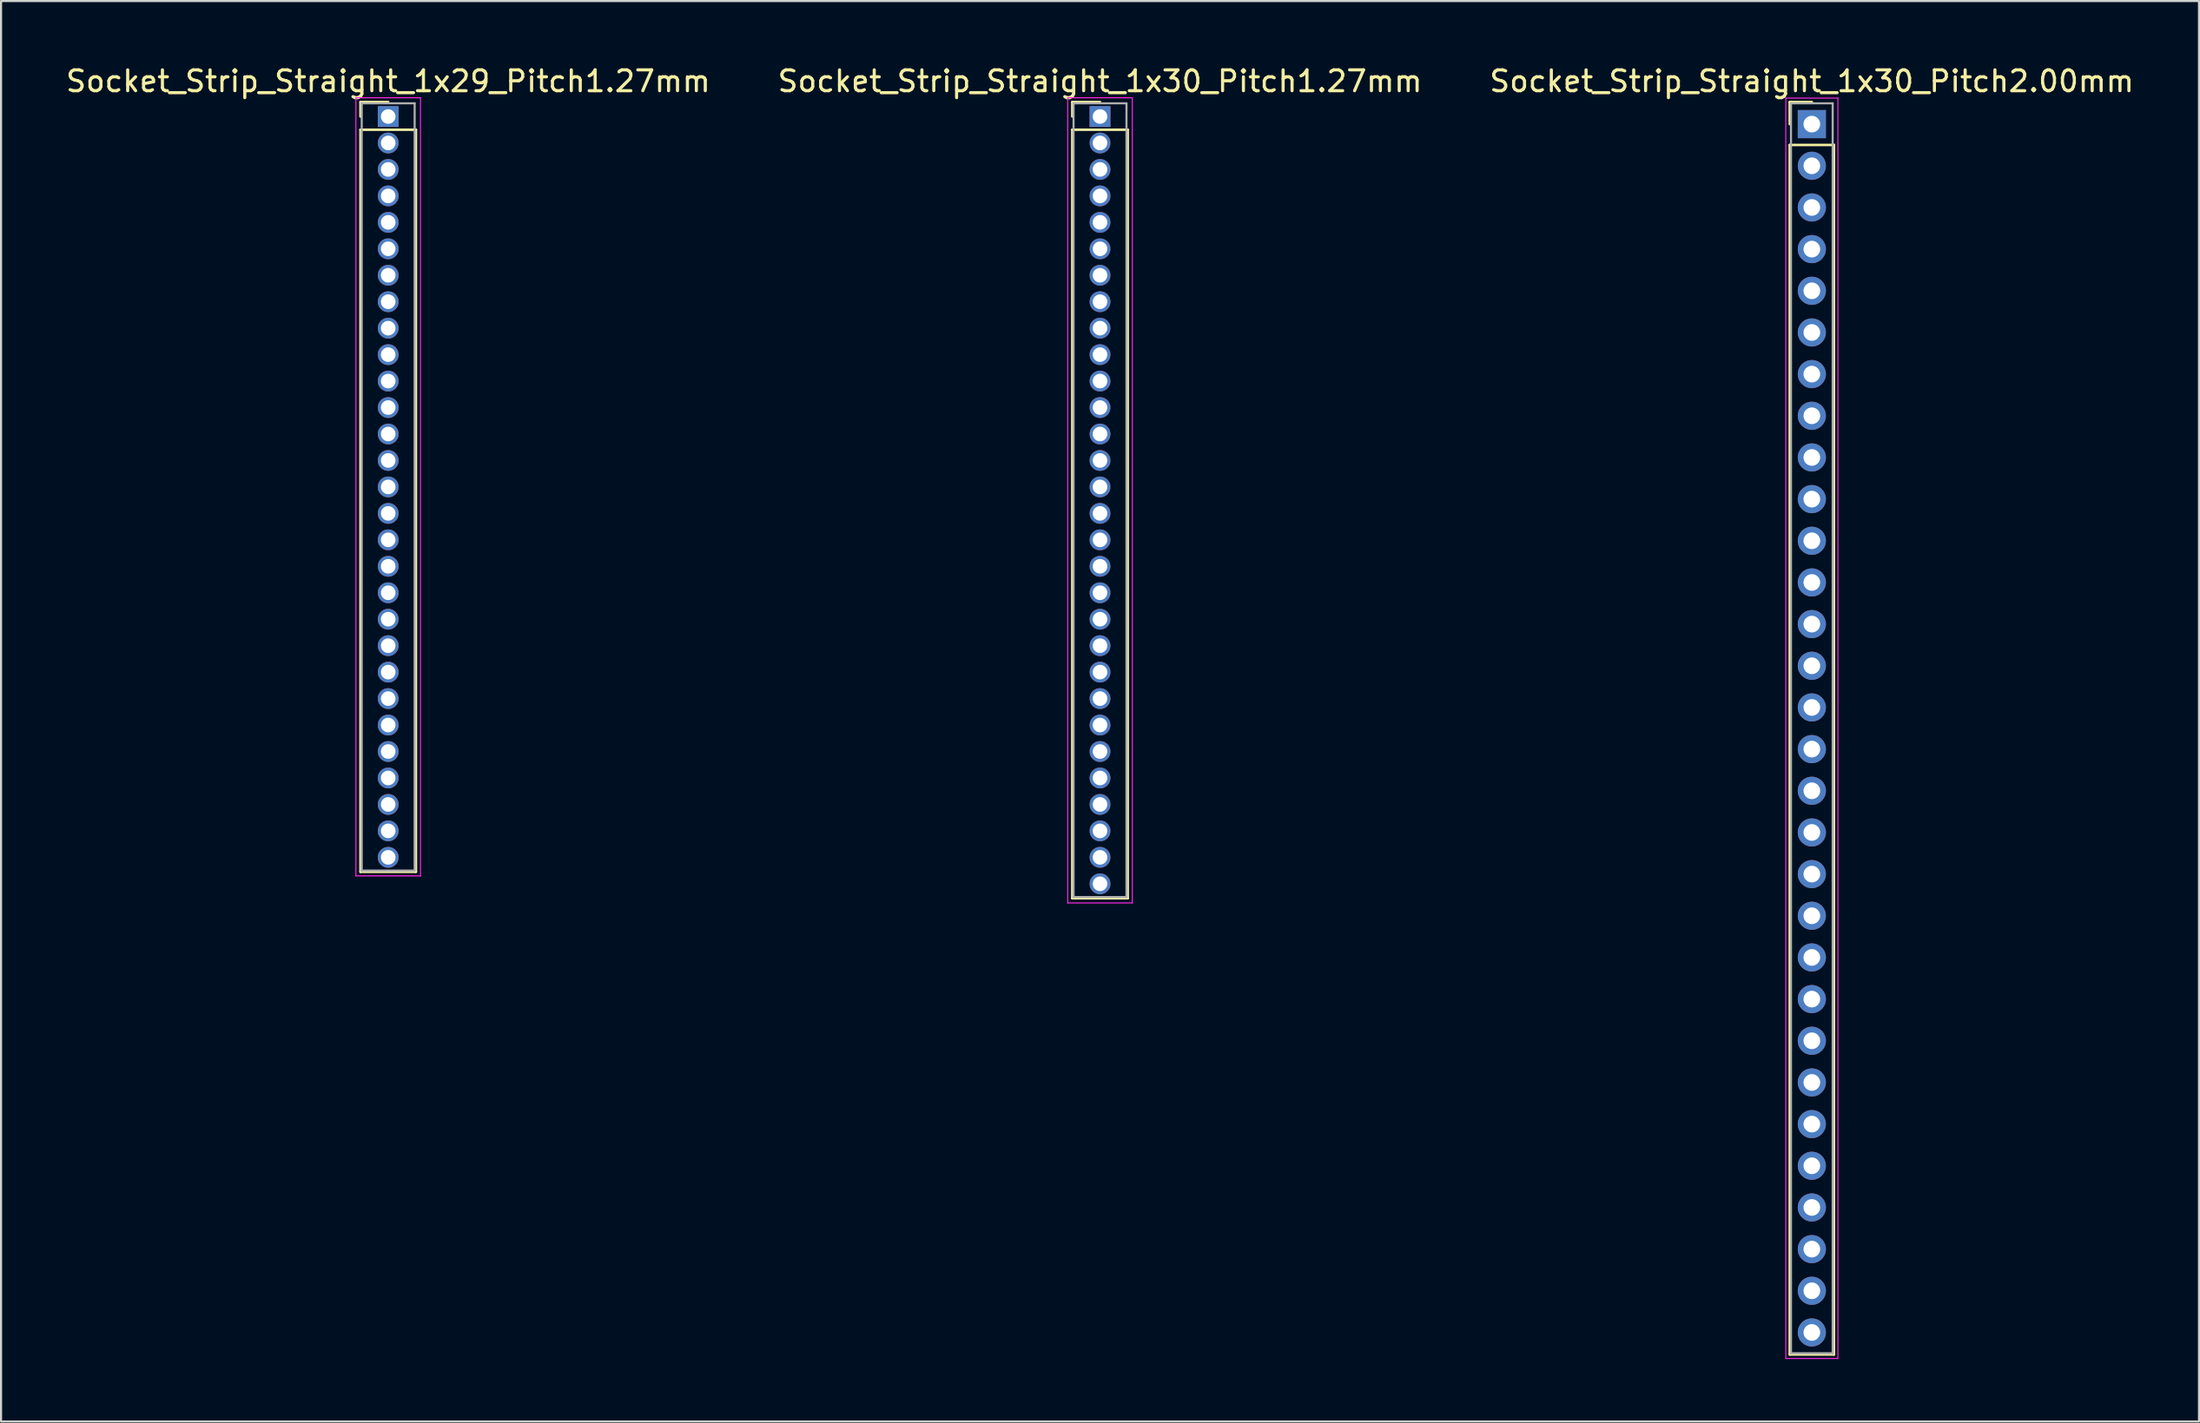
<source format=kicad_pcb>
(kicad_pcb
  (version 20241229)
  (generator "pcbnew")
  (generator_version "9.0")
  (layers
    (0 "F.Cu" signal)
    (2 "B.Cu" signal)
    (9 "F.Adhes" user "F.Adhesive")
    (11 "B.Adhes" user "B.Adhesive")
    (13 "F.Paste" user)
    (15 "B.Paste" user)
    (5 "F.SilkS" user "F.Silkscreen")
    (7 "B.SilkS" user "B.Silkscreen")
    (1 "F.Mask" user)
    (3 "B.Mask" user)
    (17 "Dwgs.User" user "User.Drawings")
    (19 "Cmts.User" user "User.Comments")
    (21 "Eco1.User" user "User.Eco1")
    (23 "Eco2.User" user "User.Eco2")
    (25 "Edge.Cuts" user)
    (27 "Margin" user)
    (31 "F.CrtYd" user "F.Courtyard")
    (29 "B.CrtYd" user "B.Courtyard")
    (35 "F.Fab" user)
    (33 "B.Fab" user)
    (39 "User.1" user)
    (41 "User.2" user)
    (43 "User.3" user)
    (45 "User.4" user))
  (footprint "Socket_Strip_Straight_1x29_Pitch1.27mm"
    (layer "F.Cu")
    (at 15.577 2.543)
    (property "Reference" "Socket_Strip_Straight_1x29_Pitch1.27mm" (at 0 -1.695 0) (layer "F.SilkS") (effects (font (size 1 1) (thickness 0.15))))
    (attr through_hole)
    (fp_line (start -1.33 -0.695) (end 0 -0.695) (stroke (width 0.12) (type solid)) (layer "F.SilkS"))
    (fp_line (start -1.33 0) (end -1.33 -0.695) (stroke (width 0.12) (type solid)) (layer "F.SilkS"))
    (fp_line (start -1.33 0.635) (end -1.33 36.255) (stroke (width 0.12) (type solid)) (layer "F.SilkS"))
    (fp_line (start -1.33 36.255) (end 1.33 36.255) (stroke (width 0.12) (type solid)) (layer "F.SilkS"))
    (fp_line (start 1.33 0.635) (end -1.33 0.635) (stroke (width 0.12) (type solid)) (layer "F.SilkS"))
    (fp_line (start 1.33 36.255) (end 1.33 0.635) (stroke (width 0.12) (type solid)) (layer "F.SilkS"))
    (fp_line (start -1.55 -0.9) (end -1.55 36.45) (stroke (width 0.05) (type solid)) (layer "F.CrtYd"))
    (fp_line (start -1.55 36.45) (end 1.55 36.45) (stroke (width 0.05) (type solid)) (layer "F.CrtYd"))
    (fp_line (start 1.55 -0.9) (end -1.55 -0.9) (stroke (width 0.05) (type solid)) (layer "F.CrtYd"))
    (fp_line (start 1.55 36.45) (end 1.55 -0.9) (stroke (width 0.05) (type solid)) (layer "F.CrtYd"))
    (fp_line (start -1.27 -0.635) (end -1.27 36.195) (stroke (width 0.1) (type solid)) (layer "F.Fab"))
    (fp_line (start -1.27 36.195) (end 1.27 36.195) (stroke (width 0.1) (type solid)) (layer "F.Fab"))
    (fp_line (start 1.27 -0.635) (end -1.27 -0.635) (stroke (width 0.1) (type solid)) (layer "F.Fab"))
    (fp_line (start 1.27 36.195) (end 1.27 -0.635) (stroke (width 0.1) (type solid)) (layer "F.Fab"))
    (pad "1" thru_hole rect (at 0 0) (size 1 1) (drill 0.7) (layers "*.Cu" "*.Mask"))
    (pad "2" thru_hole oval (at 0 1.27) (size 1 1) (drill 0.7) (layers "*.Cu" "*.Mask"))
    (pad "3" thru_hole oval (at 0 2.54) (size 1 1) (drill 0.7) (layers "*.Cu" "*.Mask"))
    (pad "4" thru_hole oval (at 0 3.81) (size 1 1) (drill 0.7) (layers "*.Cu" "*.Mask"))
    (pad "5" thru_hole oval (at 0 5.08) (size 1 1) (drill 0.7) (layers "*.Cu" "*.Mask"))
    (pad "6" thru_hole oval (at 0 6.35) (size 1 1) (drill 0.7) (layers "*.Cu" "*.Mask"))
    (pad "7" thru_hole oval (at 0 7.62) (size 1 1) (drill 0.7) (layers "*.Cu" "*.Mask"))
    (pad "8" thru_hole oval (at 0 8.89) (size 1 1) (drill 0.7) (layers "*.Cu" "*.Mask"))
    (pad "9" thru_hole oval (at 0 10.16) (size 1 1) (drill 0.7) (layers "*.Cu" "*.Mask"))
    (pad "10" thru_hole oval (at 0 11.43) (size 1 1) (drill 0.7) (layers "*.Cu" "*.Mask"))
    (pad "11" thru_hole oval (at 0 12.7) (size 1 1) (drill 0.7) (layers "*.Cu" "*.Mask"))
    (pad "12" thru_hole oval (at 0 13.97) (size 1 1) (drill 0.7) (layers "*.Cu" "*.Mask"))
    (pad "13" thru_hole oval (at 0 15.24) (size 1 1) (drill 0.7) (layers "*.Cu" "*.Mask"))
    (pad "14" thru_hole oval (at 0 16.51) (size 1 1) (drill 0.7) (layers "*.Cu" "*.Mask"))
    (pad "15" thru_hole oval (at 0 17.78) (size 1 1) (drill 0.7) (layers "*.Cu" "*.Mask"))
    (pad "16" thru_hole oval (at 0 19.05) (size 1 1) (drill 0.7) (layers "*.Cu" "*.Mask"))
    (pad "17" thru_hole oval (at 0 20.32) (size 1 1) (drill 0.7) (layers "*.Cu" "*.Mask"))
    (pad "18" thru_hole oval (at 0 21.59) (size 1 1) (drill 0.7) (layers "*.Cu" "*.Mask"))
    (pad "19" thru_hole oval (at 0 22.86) (size 1 1) (drill 0.7) (layers "*.Cu" "*.Mask"))
    (pad "20" thru_hole oval (at 0 24.13) (size 1 1) (drill 0.7) (layers "*.Cu" "*.Mask"))
    (pad "21" thru_hole oval (at 0 25.4) (size 1 1) (drill 0.7) (layers "*.Cu" "*.Mask"))
    (pad "22" thru_hole oval (at 0 26.67) (size 1 1) (drill 0.7) (layers "*.Cu" "*.Mask"))
    (pad "23" thru_hole oval (at 0 27.94) (size 1 1) (drill 0.7) (layers "*.Cu" "*.Mask"))
    (pad "24" thru_hole oval (at 0 29.21) (size 1 1) (drill 0.7) (layers "*.Cu" "*.Mask"))
    (pad "25" thru_hole oval (at 0 30.48) (size 1 1) (drill 0.7) (layers "*.Cu" "*.Mask"))
    (pad "26" thru_hole oval (at 0 31.75) (size 1 1) (drill 0.7) (layers "*.Cu" "*.Mask"))
    (pad "27" thru_hole oval (at 0 33.02) (size 1 1) (drill 0.7) (layers "*.Cu" "*.Mask"))
    (pad "28" thru_hole oval (at 0 34.29) (size 1 1) (drill 0.7) (layers "*.Cu" "*.Mask"))
    (pad "29" thru_hole oval (at 0 35.56) (size 1 1) (drill 0.7) (layers "*.Cu" "*.Mask")))
  (footprint "Socket_Strip_Straight_1x30_Pitch1.27mm"
    (layer "F.Cu")
    (at 49.732 2.543)
    (property "Reference" "Socket_Strip_Straight_1x30_Pitch1.27mm" (at 0 -1.695 0) (layer "F.SilkS") (effects (font (size 1 1) (thickness 0.15))))
    (attr through_hole)
    (fp_line (start -1.33 -0.695) (end 0 -0.695) (stroke (width 0.12) (type solid)) (layer "F.SilkS"))
    (fp_line (start -1.33 0) (end -1.33 -0.695) (stroke (width 0.12) (type solid)) (layer "F.SilkS"))
    (fp_line (start -1.33 0.635) (end -1.33 37.525) (stroke (width 0.12) (type solid)) (layer "F.SilkS"))
    (fp_line (start -1.33 37.525) (end 1.33 37.525) (stroke (width 0.12) (type solid)) (layer "F.SilkS"))
    (fp_line (start 1.33 0.635) (end -1.33 0.635) (stroke (width 0.12) (type solid)) (layer "F.SilkS"))
    (fp_line (start 1.33 37.525) (end 1.33 0.635) (stroke (width 0.12) (type solid)) (layer "F.SilkS"))
    (fp_line (start -1.55 -0.9) (end -1.55 37.75) (stroke (width 0.05) (type solid)) (layer "F.CrtYd"))
    (fp_line (start -1.55 37.75) (end 1.55 37.75) (stroke (width 0.05) (type solid)) (layer "F.CrtYd"))
    (fp_line (start 1.55 -0.9) (end -1.55 -0.9) (stroke (width 0.05) (type solid)) (layer "F.CrtYd"))
    (fp_line (start 1.55 37.75) (end 1.55 -0.9) (stroke (width 0.05) (type solid)) (layer "F.CrtYd"))
    (fp_line (start -1.27 -0.635) (end -1.27 37.465) (stroke (width 0.1) (type solid)) (layer "F.Fab"))
    (fp_line (start -1.27 37.465) (end 1.27 37.465) (stroke (width 0.1) (type solid)) (layer "F.Fab"))
    (fp_line (start 1.27 -0.635) (end -1.27 -0.635) (stroke (width 0.1) (type solid)) (layer "F.Fab"))
    (fp_line (start 1.27 37.465) (end 1.27 -0.635) (stroke (width 0.1) (type solid)) (layer "F.Fab"))
    (pad "1" thru_hole rect (at 0 0) (size 1 1) (drill 0.7) (layers "*.Cu" "*.Mask"))
    (pad "2" thru_hole oval (at 0 1.27) (size 1 1) (drill 0.7) (layers "*.Cu" "*.Mask"))
    (pad "3" thru_hole oval (at 0 2.54) (size 1 1) (drill 0.7) (layers "*.Cu" "*.Mask"))
    (pad "4" thru_hole oval (at 0 3.81) (size 1 1) (drill 0.7) (layers "*.Cu" "*.Mask"))
    (pad "5" thru_hole oval (at 0 5.08) (size 1 1) (drill 0.7) (layers "*.Cu" "*.Mask"))
    (pad "6" thru_hole oval (at 0 6.35) (size 1 1) (drill 0.7) (layers "*.Cu" "*.Mask"))
    (pad "7" thru_hole oval (at 0 7.62) (size 1 1) (drill 0.7) (layers "*.Cu" "*.Mask"))
    (pad "8" thru_hole oval (at 0 8.89) (size 1 1) (drill 0.7) (layers "*.Cu" "*.Mask"))
    (pad "9" thru_hole oval (at 0 10.16) (size 1 1) (drill 0.7) (layers "*.Cu" "*.Mask"))
    (pad "10" thru_hole oval (at 0 11.43) (size 1 1) (drill 0.7) (layers "*.Cu" "*.Mask"))
    (pad "11" thru_hole oval (at 0 12.7) (size 1 1) (drill 0.7) (layers "*.Cu" "*.Mask"))
    (pad "12" thru_hole oval (at 0 13.97) (size 1 1) (drill 0.7) (layers "*.Cu" "*.Mask"))
    (pad "13" thru_hole oval (at 0 15.24) (size 1 1) (drill 0.7) (layers "*.Cu" "*.Mask"))
    (pad "14" thru_hole oval (at 0 16.51) (size 1 1) (drill 0.7) (layers "*.Cu" "*.Mask"))
    (pad "15" thru_hole oval (at 0 17.78) (size 1 1) (drill 0.7) (layers "*.Cu" "*.Mask"))
    (pad "16" thru_hole oval (at 0 19.05) (size 1 1) (drill 0.7) (layers "*.Cu" "*.Mask"))
    (pad "17" thru_hole oval (at 0 20.32) (size 1 1) (drill 0.7) (layers "*.Cu" "*.Mask"))
    (pad "18" thru_hole oval (at 0 21.59) (size 1 1) (drill 0.7) (layers "*.Cu" "*.Mask"))
    (pad "19" thru_hole oval (at 0 22.86) (size 1 1) (drill 0.7) (layers "*.Cu" "*.Mask"))
    (pad "20" thru_hole oval (at 0 24.13) (size 1 1) (drill 0.7) (layers "*.Cu" "*.Mask"))
    (pad "21" thru_hole oval (at 0 25.4) (size 1 1) (drill 0.7) (layers "*.Cu" "*.Mask"))
    (pad "22" thru_hole oval (at 0 26.67) (size 1 1) (drill 0.7) (layers "*.Cu" "*.Mask"))
    (pad "23" thru_hole oval (at 0 27.94) (size 1 1) (drill 0.7) (layers "*.Cu" "*.Mask"))
    (pad "24" thru_hole oval (at 0 29.21) (size 1 1) (drill 0.7) (layers "*.Cu" "*.Mask"))
    (pad "25" thru_hole oval (at 0 30.48) (size 1 1) (drill 0.7) (layers "*.Cu" "*.Mask"))
    (pad "26" thru_hole oval (at 0 31.75) (size 1 1) (drill 0.7) (layers "*.Cu" "*.Mask"))
    (pad "27" thru_hole oval (at 0 33.02) (size 1 1) (drill 0.7) (layers "*.Cu" "*.Mask"))
    (pad "28" thru_hole oval (at 0 34.29) (size 1 1) (drill 0.7) (layers "*.Cu" "*.Mask"))
    (pad "29" thru_hole oval (at 0 35.56) (size 1 1) (drill 0.7) (layers "*.Cu" "*.Mask"))
    (pad "30" thru_hole oval (at 0 36.83) (size 1 1) (drill 0.7) (layers "*.Cu" "*.Mask")))
  (footprint "Socket_Strip_Straight_1x30_Pitch2.00mm"
    (layer "F.Cu")
    (at 83.887 2.908)
    (property "Reference" "Socket_Strip_Straight_1x30_Pitch2.00mm" (at 0 -2.06 0) (layer "F.SilkS") (effects (font (size 1 1) (thickness 0.15))))
    (attr through_hole)
    (fp_line (start -1.06 -1.06) (end 0 -1.06) (stroke (width 0.12) (type solid)) (layer "F.SilkS"))
    (fp_line (start -1.06 0) (end -1.06 -1.06) (stroke (width 0.12) (type solid)) (layer "F.SilkS"))
    (fp_line (start -1.06 1) (end -1.06 59.06) (stroke (width 0.12) (type solid)) (layer "F.SilkS"))
    (fp_line (start -1.06 59.06) (end 1.06 59.06) (stroke (width 0.12) (type solid)) (layer "F.SilkS"))
    (fp_line (start 1.06 1) (end -1.06 1) (stroke (width 0.12) (type solid)) (layer "F.SilkS"))
    (fp_line (start 1.06 59.06) (end 1.06 1) (stroke (width 0.12) (type solid)) (layer "F.SilkS"))
    (fp_line (start -1.25 -1.25) (end -1.25 59.25) (stroke (width 0.05) (type solid)) (layer "F.CrtYd"))
    (fp_line (start -1.25 59.25) (end 1.25 59.25) (stroke (width 0.05) (type solid)) (layer "F.CrtYd"))
    (fp_line (start 1.25 -1.25) (end -1.25 -1.25) (stroke (width 0.05) (type solid)) (layer "F.CrtYd"))
    (fp_line (start 1.25 59.25) (end 1.25 -1.25) (stroke (width 0.05) (type solid)) (layer "F.CrtYd"))
    (fp_line (start -1 -1) (end -1 59) (stroke (width 0.1) (type solid)) (layer "F.Fab"))
    (fp_line (start -1 59) (end 1 59) (stroke (width 0.1) (type solid)) (layer "F.Fab"))
    (fp_line (start 1 -1) (end -1 -1) (stroke (width 0.1) (type solid)) (layer "F.Fab"))
    (fp_line (start 1 59) (end 1 -1) (stroke (width 0.1) (type solid)) (layer "F.Fab"))
    (pad "1" thru_hole rect (at 0 0) (size 1.35 1.35) (drill 0.8) (layers "*.Cu" "*.Mask"))
    (pad "2" thru_hole oval (at 0 2) (size 1.35 1.35) (drill 0.8) (layers "*.Cu" "*.Mask"))
    (pad "3" thru_hole oval (at 0 4) (size 1.35 1.35) (drill 0.8) (layers "*.Cu" "*.Mask"))
    (pad "4" thru_hole oval (at 0 6) (size 1.35 1.35) (drill 0.8) (layers "*.Cu" "*.Mask"))
    (pad "5" thru_hole oval (at 0 8) (size 1.35 1.35) (drill 0.8) (layers "*.Cu" "*.Mask"))
    (pad "6" thru_hole oval (at 0 10) (size 1.35 1.35) (drill 0.8) (layers "*.Cu" "*.Mask"))
    (pad "7" thru_hole oval (at 0 12) (size 1.35 1.35) (drill 0.8) (layers "*.Cu" "*.Mask"))
    (pad "8" thru_hole oval (at 0 14) (size 1.35 1.35) (drill 0.8) (layers "*.Cu" "*.Mask"))
    (pad "9" thru_hole oval (at 0 16) (size 1.35 1.35) (drill 0.8) (layers "*.Cu" "*.Mask"))
    (pad "10" thru_hole oval (at 0 18) (size 1.35 1.35) (drill 0.8) (layers "*.Cu" "*.Mask"))
    (pad "11" thru_hole oval (at 0 20) (size 1.35 1.35) (drill 0.8) (layers "*.Cu" "*.Mask"))
    (pad "12" thru_hole oval (at 0 22) (size 1.35 1.35) (drill 0.8) (layers "*.Cu" "*.Mask"))
    (pad "13" thru_hole oval (at 0 24) (size 1.35 1.35) (drill 0.8) (layers "*.Cu" "*.Mask"))
    (pad "14" thru_hole oval (at 0 26) (size 1.35 1.35) (drill 0.8) (layers "*.Cu" "*.Mask"))
    (pad "15" thru_hole oval (at 0 28) (size 1.35 1.35) (drill 0.8) (layers "*.Cu" "*.Mask"))
    (pad "16" thru_hole oval (at 0 30) (size 1.35 1.35) (drill 0.8) (layers "*.Cu" "*.Mask"))
    (pad "17" thru_hole oval (at 0 32) (size 1.35 1.35) (drill 0.8) (layers "*.Cu" "*.Mask"))
    (pad "18" thru_hole oval (at 0 34) (size 1.35 1.35) (drill 0.8) (layers "*.Cu" "*.Mask"))
    (pad "19" thru_hole oval (at 0 36) (size 1.35 1.35) (drill 0.8) (layers "*.Cu" "*.Mask"))
    (pad "20" thru_hole oval (at 0 38) (size 1.35 1.35) (drill 0.8) (layers "*.Cu" "*.Mask"))
    (pad "21" thru_hole oval (at 0 40) (size 1.35 1.35) (drill 0.8) (layers "*.Cu" "*.Mask"))
    (pad "22" thru_hole oval (at 0 42) (size 1.35 1.35) (drill 0.8) (layers "*.Cu" "*.Mask"))
    (pad "23" thru_hole oval (at 0 44) (size 1.35 1.35) (drill 0.8) (layers "*.Cu" "*.Mask"))
    (pad "24" thru_hole oval (at 0 46) (size 1.35 1.35) (drill 0.8) (layers "*.Cu" "*.Mask"))
    (pad "25" thru_hole oval (at 0 48) (size 1.35 1.35) (drill 0.8) (layers "*.Cu" "*.Mask"))
    (pad "26" thru_hole oval (at 0 50) (size 1.35 1.35) (drill 0.8) (layers "*.Cu" "*.Mask"))
    (pad "27" thru_hole oval (at 0 52) (size 1.35 1.35) (drill 0.8) (layers "*.Cu" "*.Mask"))
    (pad "28" thru_hole oval (at 0 54) (size 1.35 1.35) (drill 0.8) (layers "*.Cu" "*.Mask"))
    (pad "29" thru_hole oval (at 0 56) (size 1.35 1.35) (drill 0.8) (layers "*.Cu" "*.Mask"))
    (pad "30" thru_hole oval (at 0 58) (size 1.35 1.35) (drill 0.8) (layers "*.Cu" "*.Mask")))
  (gr_rect
    (start -3 -3)
    (end 102.464 65.183)
    (stroke (width 0.1) (type default))
    (fill no)
    (layer "Edge.Cuts")))
</source>
